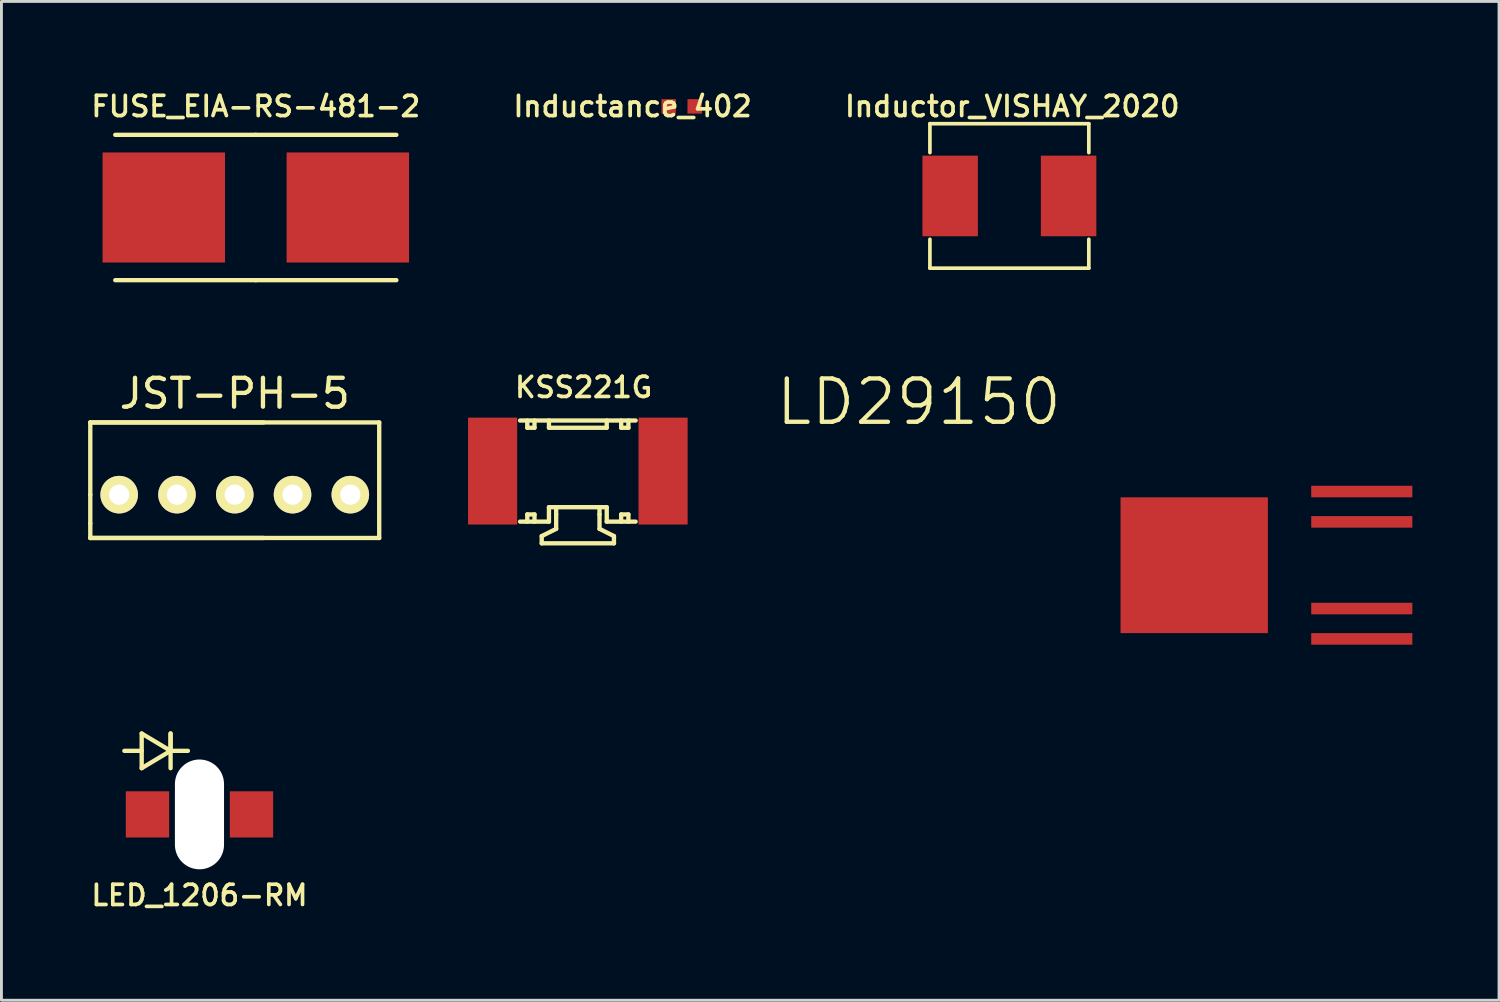
<source format=kicad_pcb>
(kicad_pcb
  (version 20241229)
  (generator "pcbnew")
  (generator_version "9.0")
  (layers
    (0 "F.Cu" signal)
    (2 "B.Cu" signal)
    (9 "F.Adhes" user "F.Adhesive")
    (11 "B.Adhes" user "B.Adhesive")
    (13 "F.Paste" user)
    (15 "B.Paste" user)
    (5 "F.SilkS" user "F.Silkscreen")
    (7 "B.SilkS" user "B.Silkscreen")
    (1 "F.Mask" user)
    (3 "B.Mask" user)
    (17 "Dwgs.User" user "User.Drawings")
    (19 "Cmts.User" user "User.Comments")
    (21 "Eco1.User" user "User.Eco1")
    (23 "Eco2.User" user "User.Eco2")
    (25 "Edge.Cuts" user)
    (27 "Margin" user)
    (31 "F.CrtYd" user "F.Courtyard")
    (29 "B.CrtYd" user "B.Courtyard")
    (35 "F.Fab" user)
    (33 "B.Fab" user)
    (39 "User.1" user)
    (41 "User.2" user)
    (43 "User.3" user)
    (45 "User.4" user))
  (footprint "KSS221G"
    (layer "F.Cu")
    (at 16.95 13.255)
    (property "Reference" "KSS221G" (at 0.2 -2.9 0) (layer "F.SilkS") (effects (font (size 0.7 0.7) (thickness 0.127))))
    (attr smd)
    (fp_line (start -2 -1.75) (end 2 -1.75) (stroke (width 0.15) (type solid)) (layer "F.SilkS"))
    (fp_line (start -1.75 -1.75) (end -1.75 -1.5) (stroke (width 0.15) (type solid)) (layer "F.SilkS"))
    (fp_line (start -1.75 -1.5) (end -1.5 -1.5) (stroke (width 0.15) (type solid)) (layer "F.SilkS"))
    (fp_line (start -1.75 1.5) (end -1.5 1.5) (stroke (width 0.15) (type solid)) (layer "F.SilkS"))
    (fp_line (start -1.75 1.75) (end -1.75 1.5) (stroke (width 0.15) (type solid)) (layer "F.SilkS"))
    (fp_line (start -1.5 -1.5) (end -1.5 -1.75) (stroke (width 0.15) (type solid)) (layer "F.SilkS"))
    (fp_line (start -1.5 1.5) (end -1.5 1.75) (stroke (width 0.15) (type solid)) (layer "F.SilkS"))
    (fp_line (start -1.25 2.25) (end -0.75 2) (stroke (width 0.15) (type solid)) (layer "F.SilkS"))
    (fp_line (start -1.25 2.5) (end -1.25 2.25) (stroke (width 0.15) (type solid)) (layer "F.SilkS"))
    (fp_line (start -1 -1.75) (end -1 -1.5) (stroke (width 0.15) (type solid)) (layer "F.SilkS"))
    (fp_line (start -1 -1.5) (end 1 -1.5) (stroke (width 0.15) (type solid)) (layer "F.SilkS"))
    (fp_line (start -1 1.25) (end -1 1.75) (stroke (width 0.15) (type solid)) (layer "F.SilkS"))
    (fp_line (start -1 1.75) (end -2 1.75) (stroke (width 0.15) (type solid)) (layer "F.SilkS"))
    (fp_line (start -0.75 1.25) (end -1 1.25) (stroke (width 0.15) (type solid)) (layer "F.SilkS"))
    (fp_line (start -0.75 1.5) (end -0.75 1.25) (stroke (width 0.15) (type solid)) (layer "F.SilkS"))
    (fp_line (start -0.75 2) (end -0.75 1.5) (stroke (width 0.15) (type solid)) (layer "F.SilkS"))
    (fp_line (start 0.75 1.5) (end 0.75 1.25) (stroke (width 0.15) (type solid)) (layer "F.SilkS"))
    (fp_line (start 0.75 1.5) (end 0.75 2) (stroke (width 0.15) (type solid)) (layer "F.SilkS"))
    (fp_line (start 0.75 2) (end 1.25 2.25) (stroke (width 0.15) (type solid)) (layer "F.SilkS"))
    (fp_line (start 1 -1.5) (end 1 -1.75) (stroke (width 0.15) (type solid)) (layer "F.SilkS"))
    (fp_line (start 1 1.25) (end -0.75 1.25) (stroke (width 0.15) (type solid)) (layer "F.SilkS"))
    (fp_line (start 1 1.75) (end 1 1.25) (stroke (width 0.15) (type solid)) (layer "F.SilkS"))
    (fp_line (start 1.25 2.25) (end 1.25 2.5) (stroke (width 0.15) (type solid)) (layer "F.SilkS"))
    (fp_line (start 1.25 2.5) (end -1.25 2.5) (stroke (width 0.15) (type solid)) (layer "F.SilkS"))
    (fp_line (start 1.5 -1.5) (end 1.5 -1.75) (stroke (width 0.15) (type solid)) (layer "F.SilkS"))
    (fp_line (start 1.5 1.5) (end 1.75 1.5) (stroke (width 0.15) (type solid)) (layer "F.SilkS"))
    (fp_line (start 1.5 1.75) (end 1.5 1.5) (stroke (width 0.15) (type solid)) (layer "F.SilkS"))
    (fp_line (start 1.75 -1.75) (end 1.75 -1.5) (stroke (width 0.15) (type solid)) (layer "F.SilkS"))
    (fp_line (start 1.75 -1.5) (end 1.5 -1.5) (stroke (width 0.15) (type solid)) (layer "F.SilkS"))
    (fp_line (start 1.75 1.5) (end 1.75 1.75) (stroke (width 0.15) (type solid)) (layer "F.SilkS"))
    (fp_line (start 2 1.75) (end 1 1.75) (stroke (width 0.15) (type solid)) (layer "F.SilkS"))
    (pad "1" smd rect (at -2.95 0) (size 1.7 3.7) (layers "F.Cu" "F.Mask" "F.Paste"))
    (pad "2" smd rect (at 2.95 0) (size 1.7 3.7) (layers "F.Cu" "F.Mask" "F.Paste")))
  (footprint "Inductance_402"
    (layer "F.Cu")
    (at 20.545 0.632)
    (property "Reference" "Inductance_402" (at -1.7 0 0) (layer "F.SilkS") (effects (font (size 0.7 0.7) (thickness 0.127))))
    (attr through_hole)
    (pad "1" smd rect (at -0.45 0) (size 0.5 0.5) (layers "F.Cu" "F.Mask" "F.Paste"))
    (pad "2" smd rect (at 0.45 0) (size 0.5 0.5) (layers "F.Cu" "F.Mask" "F.Paste")))
  (footprint "JST-PH-5"
    (layer "F.Cu")
    (at 5.075 14.071)
    (property "Reference" "JST-PH-5" (at 0 -3.5 0) (layer "F.SilkS") (effects (font (size 1 1) (thickness 0.15))))
    (attr through_hole)
    (fp_line (start -5 -2.5) (end 1 -2.5) (stroke (width 0.15) (type solid)) (layer "F.SilkS"))
    (fp_line (start -5 -2.5) (end 5 -2.5) (stroke (width 0.15) (type solid)) (layer "F.SilkS"))
    (fp_line (start -5 0) (end -5 -2.5) (stroke (width 0.15) (type solid)) (layer "F.SilkS"))
    (fp_line (start -5 1) (end -5 0) (stroke (width 0.15) (type solid)) (layer "F.SilkS"))
    (fp_line (start -5 1.5) (end -5 1) (stroke (width 0.15) (type solid)) (layer "F.SilkS"))
    (fp_line (start 1 1.5) (end -5 1.5) (stroke (width 0.15) (type solid)) (layer "F.SilkS"))
    (fp_line (start 5 -2.5) (end 5 1.5) (stroke (width 0.15) (type solid)) (layer "F.SilkS"))
    (fp_line (start 5 1.5) (end -5 1.5) (stroke (width 0.15) (type solid)) (layer "F.SilkS"))
    (pad "1" thru_hole circle (at -4 0) (size 1.3 1.3) (drill 0.7) (layers "*.Cu" "*.Mask" "F.SilkS"))
    (pad "2" thru_hole circle (at -2 0) (size 1.3 1.3) (drill 0.7) (layers "*.Cu" "*.Mask" "F.SilkS"))
    (pad "3" thru_hole circle (at 0 0) (size 1.3 1.3) (drill 0.7) (layers "*.Cu" "*.Mask" "F.SilkS"))
    (pad "4" thru_hole circle (at 2 0) (size 1.3 1.3) (drill 0.7) (layers "*.Cu" "*.Mask" "F.SilkS"))
    (pad "5" thru_hole circle (at 4 0) (size 1.3 1.3) (drill 0.7) (layers "*.Cu" "*.Mask" "F.SilkS")))
  (footprint "FUSE_EIA-RS-481-2"
    (layer "F.Cu")
    (at 5.804 4.132)
    (property "Reference" "FUSE_EIA-RS-481-2" (at 0 -3.5 0) (layer "F.SilkS") (effects (font (size 0.7 0.7) (thickness 0.127))))
    (attr smd)
    (fp_line (start 0 -2.515) (end -4.865 -2.515) (stroke (width 0.15) (type solid)) (layer "F.SilkS"))
    (fp_line (start 0 -2.515) (end 4.865 -2.515) (stroke (width 0.15) (type solid)) (layer "F.SilkS"))
    (fp_line (start 0 2.515) (end -4.865 2.515) (stroke (width 0.15) (type solid)) (layer "F.SilkS"))
    (fp_line (start 0 2.515) (end 4.865 2.515) (stroke (width 0.15) (type solid)) (layer "F.SilkS"))
    (pad "1" smd rect (at -3.185 0) (size 4.24 3.81) (layers "F.Cu" "F.Mask" "F.Paste"))
    (pad "2" smd rect (at 3.185 0) (size 4.24 3.81) (layers "F.Cu" "F.Mask" "F.Paste")))
  (footprint "Inductor_VISHAY_2020"
    (layer "F.Cu")
    (at 31.886 3.732)
    (property "Reference" "Inductor_VISHAY_2020" (at 0.1 -3.1 0) (layer "F.SilkS") (effects (font (size 0.7 0.7) (thickness 0.127))))
    (attr through_hole)
    (fp_line (start -2.75 -2.5) (end 2.75 -2.5) (stroke (width 0.127) (type solid)) (layer "F.SilkS"))
    (fp_line (start -2.75 -1.5) (end -2.75 -2.5) (stroke (width 0.127) (type solid)) (layer "F.SilkS"))
    (fp_line (start -2.75 2.5) (end -2.75 1.5) (stroke (width 0.127) (type solid)) (layer "F.SilkS"))
    (fp_line (start 2.75 -2.5) (end 2.75 -1.5) (stroke (width 0.127) (type solid)) (layer "F.SilkS"))
    (fp_line (start 2.75 1.5) (end 2.75 2.5) (stroke (width 0.127) (type solid)) (layer "F.SilkS"))
    (fp_line (start 2.75 2.5) (end -2.75 2.5) (stroke (width 0.127) (type solid)) (layer "F.SilkS"))
    (pad "1" smd rect (at -2.05 0) (size 1.92 2.79) (layers "F.Cu" "F.Mask" "F.Paste"))
    (pad "2" smd rect (at 2.05 0) (size 1.92 2.79) (layers "F.Cu" "F.Mask" "F.Paste")))
  (footprint "LED_1206-RM"
    (layer "F.Cu")
    (at 3.854 25.138)
    (property "Reference" "LED_1206-RM" (at 0 2.8 0) (layer "F.SilkS") (effects (font (size 0.7 0.7) (thickness 0.127))))
    (attr smd)
    (fp_line (start -2 -2.8) (end -1 -2.2) (stroke (width 0.15) (type solid)) (layer "F.SilkS"))
    (fp_line (start -2 -2.2) (end -2.6 -2.2) (stroke (width 0.15) (type solid)) (layer "F.SilkS"))
    (fp_line (start -2 -1.6) (end -2 -2.8) (stroke (width 0.15) (type solid)) (layer "F.SilkS"))
    (fp_line (start -1 -2.8) (end -1 -2.2) (stroke (width 0.15) (type solid)) (layer "F.SilkS"))
    (fp_line (start -1 -2.2) (end -2 -1.6) (stroke (width 0.15) (type solid)) (layer "F.SilkS"))
    (fp_line (start -1 -2.2) (end -0.4 -2.2) (stroke (width 0.15) (type solid)) (layer "F.SilkS"))
    (fp_line (start -1 -1.6) (end -1 -2.8) (stroke (width 0.15) (type solid)) (layer "F.SilkS"))
    (pad "" np_thru_hole oval (at 0 0) (size 1.7 3.8) (drill oval 1.7 3.8) (layers "*.Cu" "*.Mask"))
    (pad "1" smd rect (at -1.8 0) (size 1.5 1.6) (layers "F.Cu" "F.Mask" "F.Paste"))
    (pad "2" smd rect (at 1.8 0) (size 1.5 1.6) (layers "F.Cu" "F.Mask" "F.Paste")))
  (footprint "LD29150"
    (layer "F.Cu")
    (at 40.834 16.513)
    (property "Reference" "LD29150" (at -12.08 -5.65 0) (layer "F.SilkS") (effects (font (size 1.5 1.5) (thickness 0.15))))
    (attr through_hole)
    (pad "1" smd rect (at -2.55 0) (size 5.1 4.7) (layers "F.Cu" "F.Mask" "F.Paste"))
    (pad "2" smd rect (at 3.25 2.55) (size 3.5 0.4) (layers "F.Cu" "F.Mask" "F.Paste"))
    (pad "3" smd rect (at 3.25 1.5) (size 3.5 0.4) (layers "F.Cu" "F.Mask" "F.Paste"))
    (pad "4" smd rect (at 3.25 -1.5) (size 3.5 0.4) (layers "F.Cu" "F.Mask" "F.Paste"))
    (pad "5" smd rect (at 3.25 -2.55) (size 3.5 0.4) (layers "F.Cu" "F.Mask" "F.Paste")))
  (gr_rect
    (start -3 -3)
    (end 48.834 31.571)
    (stroke (width 0.1) (type default))
    (fill no)
    (layer "Edge.Cuts")))
</source>
